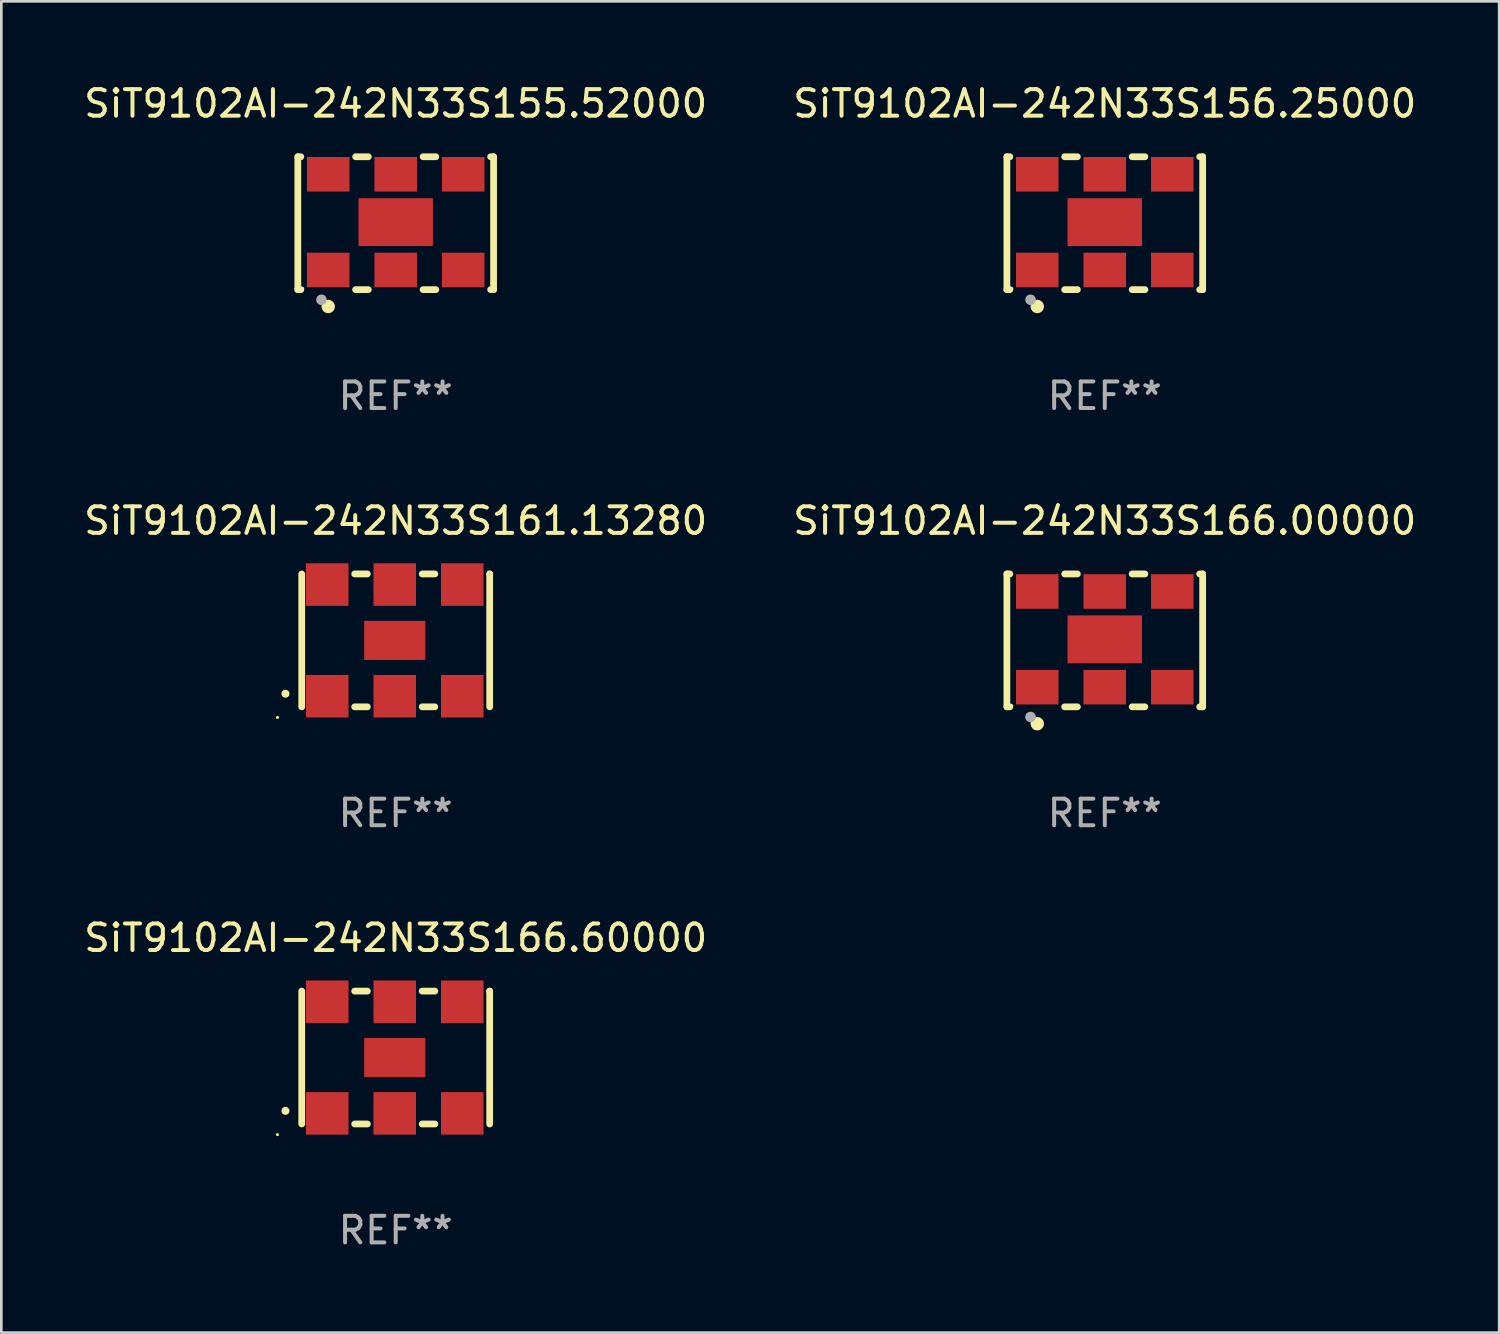
<source format=kicad_pcb>
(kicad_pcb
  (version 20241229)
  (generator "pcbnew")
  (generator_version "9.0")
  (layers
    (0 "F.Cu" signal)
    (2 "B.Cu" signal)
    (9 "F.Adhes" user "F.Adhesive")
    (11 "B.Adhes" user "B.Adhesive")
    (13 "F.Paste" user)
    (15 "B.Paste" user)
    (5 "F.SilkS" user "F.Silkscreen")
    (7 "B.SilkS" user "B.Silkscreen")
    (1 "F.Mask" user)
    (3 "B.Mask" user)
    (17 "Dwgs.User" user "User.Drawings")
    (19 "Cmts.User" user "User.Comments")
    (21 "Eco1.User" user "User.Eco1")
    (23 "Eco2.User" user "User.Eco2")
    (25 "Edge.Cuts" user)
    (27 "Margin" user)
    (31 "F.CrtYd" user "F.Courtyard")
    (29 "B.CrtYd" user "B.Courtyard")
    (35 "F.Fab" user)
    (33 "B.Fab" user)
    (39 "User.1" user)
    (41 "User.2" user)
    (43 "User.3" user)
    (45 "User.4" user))
  (footprint "SiT9102AI-242N33S156.25000"
    (layer "F.Cu")
    (at 38.518 5.348)
    (property "Reference" "SiT9102AI-242N33S156.25000" (at 0 -4.5 0) (layer "F.SilkS") (effects (font (size 1 1) (thickness 0.15))))
    (attr through_hole)
    (fp_line (start -3.683 -2.5) (end -3.571 -2.5) (stroke (width 0.254) (type solid)) (layer "F.SilkS"))
    (fp_line (start -3.683 2.5) (end -3.683 -2.5) (stroke (width 0.254) (type solid)) (layer "F.SilkS"))
    (fp_line (start -3.683 2.5) (end -3.571 2.5) (stroke (width 0.254) (type solid)) (layer "F.SilkS"))
    (fp_line (start -1.509 -2.5) (end -1.031 -2.5) (stroke (width 0.254) (type solid)) (layer "F.SilkS"))
    (fp_line (start -1.509 2.5) (end -1.031 2.5) (stroke (width 0.254) (type solid)) (layer "F.SilkS"))
    (fp_line (start 1.031 -2.5) (end 1.509 -2.5) (stroke (width 0.254) (type solid)) (layer "F.SilkS"))
    (fp_line (start 1.031 2.5) (end 1.509 2.5) (stroke (width 0.254) (type solid)) (layer "F.SilkS"))
    (fp_line (start 3.571 -2.5) (end 3.683 -2.5) (stroke (width 0.254) (type solid)) (layer "F.SilkS"))
    (fp_line (start 3.571 2.5) (end 3.683 2.5) (stroke (width 0.254) (type solid)) (layer "F.SilkS"))
    (fp_line (start 3.683 2.5) (end 3.683 -2.5) (stroke (width 0.254) (type solid)) (layer "F.SilkS"))
    (fp_circle (center -3.5 2.46) (end -3.47 2.46) (stroke (width 0.06) (type solid)) (fill no) (layer "F.SilkS"))
    (fp_circle (center -2.54 3.135) (end -2.413 3.135) (stroke (width 0.254) (type solid)) (fill no) (layer "F.SilkS"))
    (fp_circle (center -2.794 2.881) (end -2.694 2.881) (stroke (width 0.2) (type solid)) (fill no) (layer "F.Fab"))
    (fp_text user "REF**" (at 0 6.5 0) (layer "F.Fab") (effects (font (size 1 1) (thickness 0.15))))
    (pad "1" smd rect (at -2.54 1.76) (size 1.6 1.3) (layers "F.Cu" "F.Mask" "F.Paste"))
    (pad "2" smd rect (at 0 1.76) (size 1.6 1.3) (layers "F.Cu" "F.Mask" "F.Paste"))
    (pad "3" smd rect (at 2.54 1.76) (size 1.6 1.3) (layers "F.Cu" "F.Mask" "F.Paste"))
    (pad "4" smd rect (at 2.54 -1.84) (size 1.6 1.3) (layers "F.Cu" "F.Mask" "F.Paste"))
    (pad "5" smd rect (at 0 -1.84) (size 1.6 1.3) (layers "F.Cu" "F.Mask" "F.Paste"))
    (pad "6" smd rect (at -2.54 -1.84) (size 1.6 1.3) (layers "F.Cu" "F.Mask" "F.Paste"))
    (pad "7" smd rect (at 0 -0.04) (size 2.8 1.8) (layers "F.Cu" "F.Mask" "F.Paste")))
  (footprint "SiT9102AI-242N33S161.13280"
    (layer "F.Cu")
    (at 11.839 21.045)
    (property "Reference" "SiT9102AI-242N33S161.13280" (at 0 -4.5 0) (layer "F.SilkS") (effects (font (size 1 1) (thickness 0.15))))
    (attr through_hole)
    (fp_line (start -3.536 -2.5) (end -3.536 2.5) (stroke (width 0.254) (type solid)) (layer "F.SilkS"))
    (fp_line (start -1.544 2.5) (end -1.067 2.5) (stroke (width 0.254) (type solid)) (layer "F.SilkS"))
    (fp_line (start -1.067 -2.5) (end -1.544 -2.5) (stroke (width 0.254) (type solid)) (layer "F.SilkS"))
    (fp_line (start 0.996 2.5) (end 1.473 2.5) (stroke (width 0.254) (type solid)) (layer "F.SilkS"))
    (fp_line (start 1.473 -2.5) (end 0.996 -2.5) (stroke (width 0.254) (type solid)) (layer "F.SilkS"))
    (fp_line (start 3.536 -2.5) (end 3.536 -2.5) (stroke (width 0.254) (type solid)) (layer "F.SilkS"))
    (fp_line (start 3.536 2.5) (end 3.536 -2.5) (stroke (width 0.254) (type solid)) (layer "F.SilkS"))
    (fp_arc (start -4.150432 2.006604) (mid -4.149162 2.006599) (end -4.147892 2.006604) (stroke (width 0.3) (type solid)) (layer "F.SilkS"))
    (fp_circle (center -4.449 2.9) (end -4.419 2.9) (stroke (width 0.06) (type solid)) (fill no) (layer "F.SilkS"))
    (fp_text user "REF**" (at 0 6.5 0) (layer "F.Fab") (effects (font (size 1 1) (thickness 0.15))))
    (pad "1" smd rect (at -2.576 2.1) (size 1.6 1.6) (layers "F.Cu" "F.Mask" "F.Paste"))
    (pad "2" smd rect (at -0.036 2.1) (size 1.6 1.6) (layers "F.Cu" "F.Mask" "F.Paste"))
    (pad "3" smd rect (at 2.504 2.1) (size 1.6 1.6) (layers "F.Cu" "F.Mask" "F.Paste"))
    (pad "4" smd rect (at 2.504 -2.1) (size 1.6 1.6) (layers "F.Cu" "F.Mask" "F.Paste"))
    (pad "5" smd rect (at -0.036 -2.1) (size 1.6 1.6) (layers "F.Cu" "F.Mask" "F.Paste"))
    (pad "6" smd rect (at -2.576 -2.1) (size 1.6 1.6) (layers "F.Cu" "F.Mask" "F.Paste"))
    (pad "7" smd rect (at -0.036 0) (size 2.3 1.47) (layers "F.Cu" "F.Mask" "F.Paste")))
  (footprint "SiT9102AI-242N33S166.60000"
    (layer "F.Cu")
    (at 11.839 36.741)
    (property "Reference" "SiT9102AI-242N33S166.60000" (at 0 -4.5 0) (layer "F.SilkS") (effects (font (size 1 1) (thickness 0.15))))
    (attr through_hole)
    (fp_line (start -3.536 -2.5) (end -3.536 2.5) (stroke (width 0.254) (type solid)) (layer "F.SilkS"))
    (fp_line (start -1.544 2.5) (end -1.067 2.5) (stroke (width 0.254) (type solid)) (layer "F.SilkS"))
    (fp_line (start -1.067 -2.5) (end -1.544 -2.5) (stroke (width 0.254) (type solid)) (layer "F.SilkS"))
    (fp_line (start 0.996 2.5) (end 1.473 2.5) (stroke (width 0.254) (type solid)) (layer "F.SilkS"))
    (fp_line (start 1.473 -2.5) (end 0.996 -2.5) (stroke (width 0.254) (type solid)) (layer "F.SilkS"))
    (fp_line (start 3.536 -2.5) (end 3.536 -2.5) (stroke (width 0.254) (type solid)) (layer "F.SilkS"))
    (fp_line (start 3.536 2.5) (end 3.536 -2.5) (stroke (width 0.254) (type solid)) (layer "F.SilkS"))
    (fp_arc (start -4.150432 2.006604) (mid -4.149162 2.006599) (end -4.147892 2.006604) (stroke (width 0.3) (type solid)) (layer "F.SilkS"))
    (fp_circle (center -4.449 2.9) (end -4.419 2.9) (stroke (width 0.06) (type solid)) (fill no) (layer "F.SilkS"))
    (fp_text user "REF**" (at 0 6.5 0) (layer "F.Fab") (effects (font (size 1 1) (thickness 0.15))))
    (pad "1" smd rect (at -2.576 2.1) (size 1.6 1.6) (layers "F.Cu" "F.Mask" "F.Paste"))
    (pad "2" smd rect (at -0.036 2.1) (size 1.6 1.6) (layers "F.Cu" "F.Mask" "F.Paste"))
    (pad "3" smd rect (at 2.504 2.1) (size 1.6 1.6) (layers "F.Cu" "F.Mask" "F.Paste"))
    (pad "4" smd rect (at 2.504 -2.1) (size 1.6 1.6) (layers "F.Cu" "F.Mask" "F.Paste"))
    (pad "5" smd rect (at -0.036 -2.1) (size 1.6 1.6) (layers "F.Cu" "F.Mask" "F.Paste"))
    (pad "6" smd rect (at -2.576 -2.1) (size 1.6 1.6) (layers "F.Cu" "F.Mask" "F.Paste"))
    (pad "7" smd rect (at -0.036 0) (size 2.3 1.47) (layers "F.Cu" "F.Mask" "F.Paste")))
  (footprint "SiT9102AI-242N33S166.00000"
    (layer "F.Cu")
    (at 38.518 21.045)
    (property "Reference" "SiT9102AI-242N33S166.00000" (at 0 -4.5 0) (layer "F.SilkS") (effects (font (size 1 1) (thickness 0.15))))
    (attr through_hole)
    (fp_line (start -3.683 -2.5) (end -3.571 -2.5) (stroke (width 0.254) (type solid)) (layer "F.SilkS"))
    (fp_line (start -3.683 2.5) (end -3.683 -2.5) (stroke (width 0.254) (type solid)) (layer "F.SilkS"))
    (fp_line (start -3.683 2.5) (end -3.571 2.5) (stroke (width 0.254) (type solid)) (layer "F.SilkS"))
    (fp_line (start -1.509 -2.5) (end -1.031 -2.5) (stroke (width 0.254) (type solid)) (layer "F.SilkS"))
    (fp_line (start -1.509 2.5) (end -1.031 2.5) (stroke (width 0.254) (type solid)) (layer "F.SilkS"))
    (fp_line (start 1.031 -2.5) (end 1.509 -2.5) (stroke (width 0.254) (type solid)) (layer "F.SilkS"))
    (fp_line (start 1.031 2.5) (end 1.509 2.5) (stroke (width 0.254) (type solid)) (layer "F.SilkS"))
    (fp_line (start 3.571 -2.5) (end 3.683 -2.5) (stroke (width 0.254) (type solid)) (layer "F.SilkS"))
    (fp_line (start 3.571 2.5) (end 3.683 2.5) (stroke (width 0.254) (type solid)) (layer "F.SilkS"))
    (fp_line (start 3.683 2.5) (end 3.683 -2.5) (stroke (width 0.254) (type solid)) (layer "F.SilkS"))
    (fp_circle (center -3.5 2.46) (end -3.47 2.46) (stroke (width 0.06) (type solid)) (fill no) (layer "F.SilkS"))
    (fp_circle (center -2.54 3.135) (end -2.413 3.135) (stroke (width 0.254) (type solid)) (fill no) (layer "F.SilkS"))
    (fp_circle (center -2.794 2.881) (end -2.694 2.881) (stroke (width 0.2) (type solid)) (fill no) (layer "F.Fab"))
    (fp_text user "REF**" (at 0 6.5 0) (layer "F.Fab") (effects (font (size 1 1) (thickness 0.15))))
    (pad "1" smd rect (at -2.54 1.76) (size 1.6 1.3) (layers "F.Cu" "F.Mask" "F.Paste"))
    (pad "2" smd rect (at 0 1.76) (size 1.6 1.3) (layers "F.Cu" "F.Mask" "F.Paste"))
    (pad "3" smd rect (at 2.54 1.76) (size 1.6 1.3) (layers "F.Cu" "F.Mask" "F.Paste"))
    (pad "4" smd rect (at 2.54 -1.84) (size 1.6 1.3) (layers "F.Cu" "F.Mask" "F.Paste"))
    (pad "5" smd rect (at 0 -1.84) (size 1.6 1.3) (layers "F.Cu" "F.Mask" "F.Paste"))
    (pad "6" smd rect (at -2.54 -1.84) (size 1.6 1.3) (layers "F.Cu" "F.Mask" "F.Paste"))
    (pad "7" smd rect (at 0 -0.04) (size 2.8 1.8) (layers "F.Cu" "F.Mask" "F.Paste")))
  (footprint "SiT9102AI-242N33S155.52000"
    (layer "F.Cu")
    (at 11.839 5.348)
    (property "Reference" "SiT9102AI-242N33S155.52000" (at 0 -4.5 0) (layer "F.SilkS") (effects (font (size 1 1) (thickness 0.15))))
    (attr through_hole)
    (fp_line (start -3.683 -2.5) (end -3.571 -2.5) (stroke (width 0.254) (type solid)) (layer "F.SilkS"))
    (fp_line (start -3.683 2.5) (end -3.683 -2.5) (stroke (width 0.254) (type solid)) (layer "F.SilkS"))
    (fp_line (start -3.683 2.5) (end -3.571 2.5) (stroke (width 0.254) (type solid)) (layer "F.SilkS"))
    (fp_line (start -1.509 -2.5) (end -1.031 -2.5) (stroke (width 0.254) (type solid)) (layer "F.SilkS"))
    (fp_line (start -1.509 2.5) (end -1.031 2.5) (stroke (width 0.254) (type solid)) (layer "F.SilkS"))
    (fp_line (start 1.031 -2.5) (end 1.509 -2.5) (stroke (width 0.254) (type solid)) (layer "F.SilkS"))
    (fp_line (start 1.031 2.5) (end 1.509 2.5) (stroke (width 0.254) (type solid)) (layer "F.SilkS"))
    (fp_line (start 3.571 -2.5) (end 3.683 -2.5) (stroke (width 0.254) (type solid)) (layer "F.SilkS"))
    (fp_line (start 3.571 2.5) (end 3.683 2.5) (stroke (width 0.254) (type solid)) (layer "F.SilkS"))
    (fp_line (start 3.683 2.5) (end 3.683 -2.5) (stroke (width 0.254) (type solid)) (layer "F.SilkS"))
    (fp_circle (center -3.5 2.46) (end -3.47 2.46) (stroke (width 0.06) (type solid)) (fill no) (layer "F.SilkS"))
    (fp_circle (center -2.54 3.135) (end -2.413 3.135) (stroke (width 0.254) (type solid)) (fill no) (layer "F.SilkS"))
    (fp_circle (center -2.794 2.881) (end -2.694 2.881) (stroke (width 0.2) (type solid)) (fill no) (layer "F.Fab"))
    (fp_text user "REF**" (at 0 6.5 0) (layer "F.Fab") (effects (font (size 1 1) (thickness 0.15))))
    (pad "1" smd rect (at -2.54 1.76) (size 1.6 1.3) (layers "F.Cu" "F.Mask" "F.Paste"))
    (pad "2" smd rect (at 0 1.76) (size 1.6 1.3) (layers "F.Cu" "F.Mask" "F.Paste"))
    (pad "3" smd rect (at 2.54 1.76) (size 1.6 1.3) (layers "F.Cu" "F.Mask" "F.Paste"))
    (pad "4" smd rect (at 2.54 -1.84) (size 1.6 1.3) (layers "F.Cu" "F.Mask" "F.Paste"))
    (pad "5" smd rect (at 0 -1.84) (size 1.6 1.3) (layers "F.Cu" "F.Mask" "F.Paste"))
    (pad "6" smd rect (at -2.54 -1.84) (size 1.6 1.3) (layers "F.Cu" "F.Mask" "F.Paste"))
    (pad "7" smd rect (at 0 -0.04) (size 2.8 1.8) (layers "F.Cu" "F.Mask" "F.Paste")))
  (gr_rect
    (start -3 -3)
    (end 53.357 47.09)
    (stroke (width 0.1) (type default))
    (fill no)
    (layer "Edge.Cuts")))
</source>
